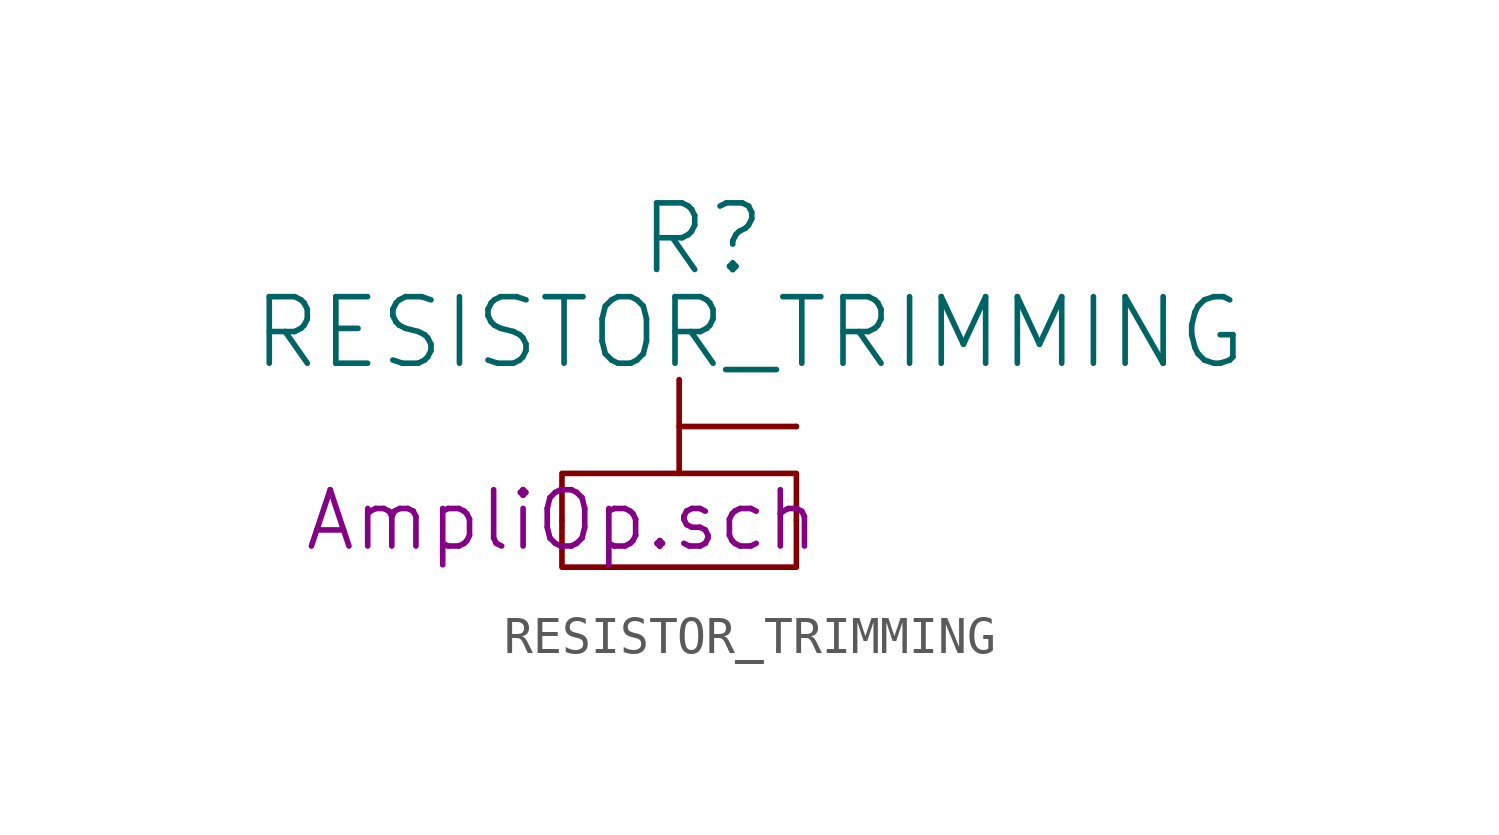
<source format=kicad_sym>
(kicad_symbol_lib
  (version 20211014)
  (generator kicad_symbol_editor)
  (symbol "RESISTOR_TRIMMING"
    (pin_numbers hide)
    (property "Reference" "R"
      (at 3.81 7.62 0)
      (effects (font (size 1.803 1.803))))
    (property "Value" "RESISTOR_TRIMMING"
      (at 5.08 5.08 0)
      (effects (font (size 1.803 1.803))))
    (property "Footprint" ""
      (at 0 0 0)
      (effects (font (size 1.524 1.524))))
    (property "Datasheet" "AmpliOp.sch"
      (at 0 0 0)
      (effects (font (size 1.524 1.524))))
    (symbol "RESISTOR_TRIMMING_0_1"
      (polyline (pts (xy 3.175 1.27) (xy 3.175 3.81)) (stroke (width 0) (type default) (color 0 0 0 0)) (fill (type none)))
      (polyline (pts (xy 3.175 2.54) (xy 6.35 2.54)) (stroke (width 0) (type default) (color 0 0 0 0)) (fill (type none)))
      (rectangle (start 0 1.27) (end 6.35 -1.27) (stroke (width 0) (type default) (color 0 0 0 0)) (fill (type none))))
    (symbol "RESISTOR_TRIMMING_1_1"
      (pin passive line (at 0 0 0) (length 0) (name "~" (effects (font (size 1.27 1.27)))) (number "1" (effects (font (size 1.27 1.27)))))
      (pin passive line (at 6.35 2.54 180) (length 0) (name "~" (effects (font (size 1.27 1.27)))) (number "2" (effects (font (size 1.27 1.27)))))
      (pin passive line (at 6.35 0 180) (length 0) (name "~" (effects (font (size 1.27 1.27)))) (number "3" (effects (font (size 1.27 1.27))))))))
</source>
